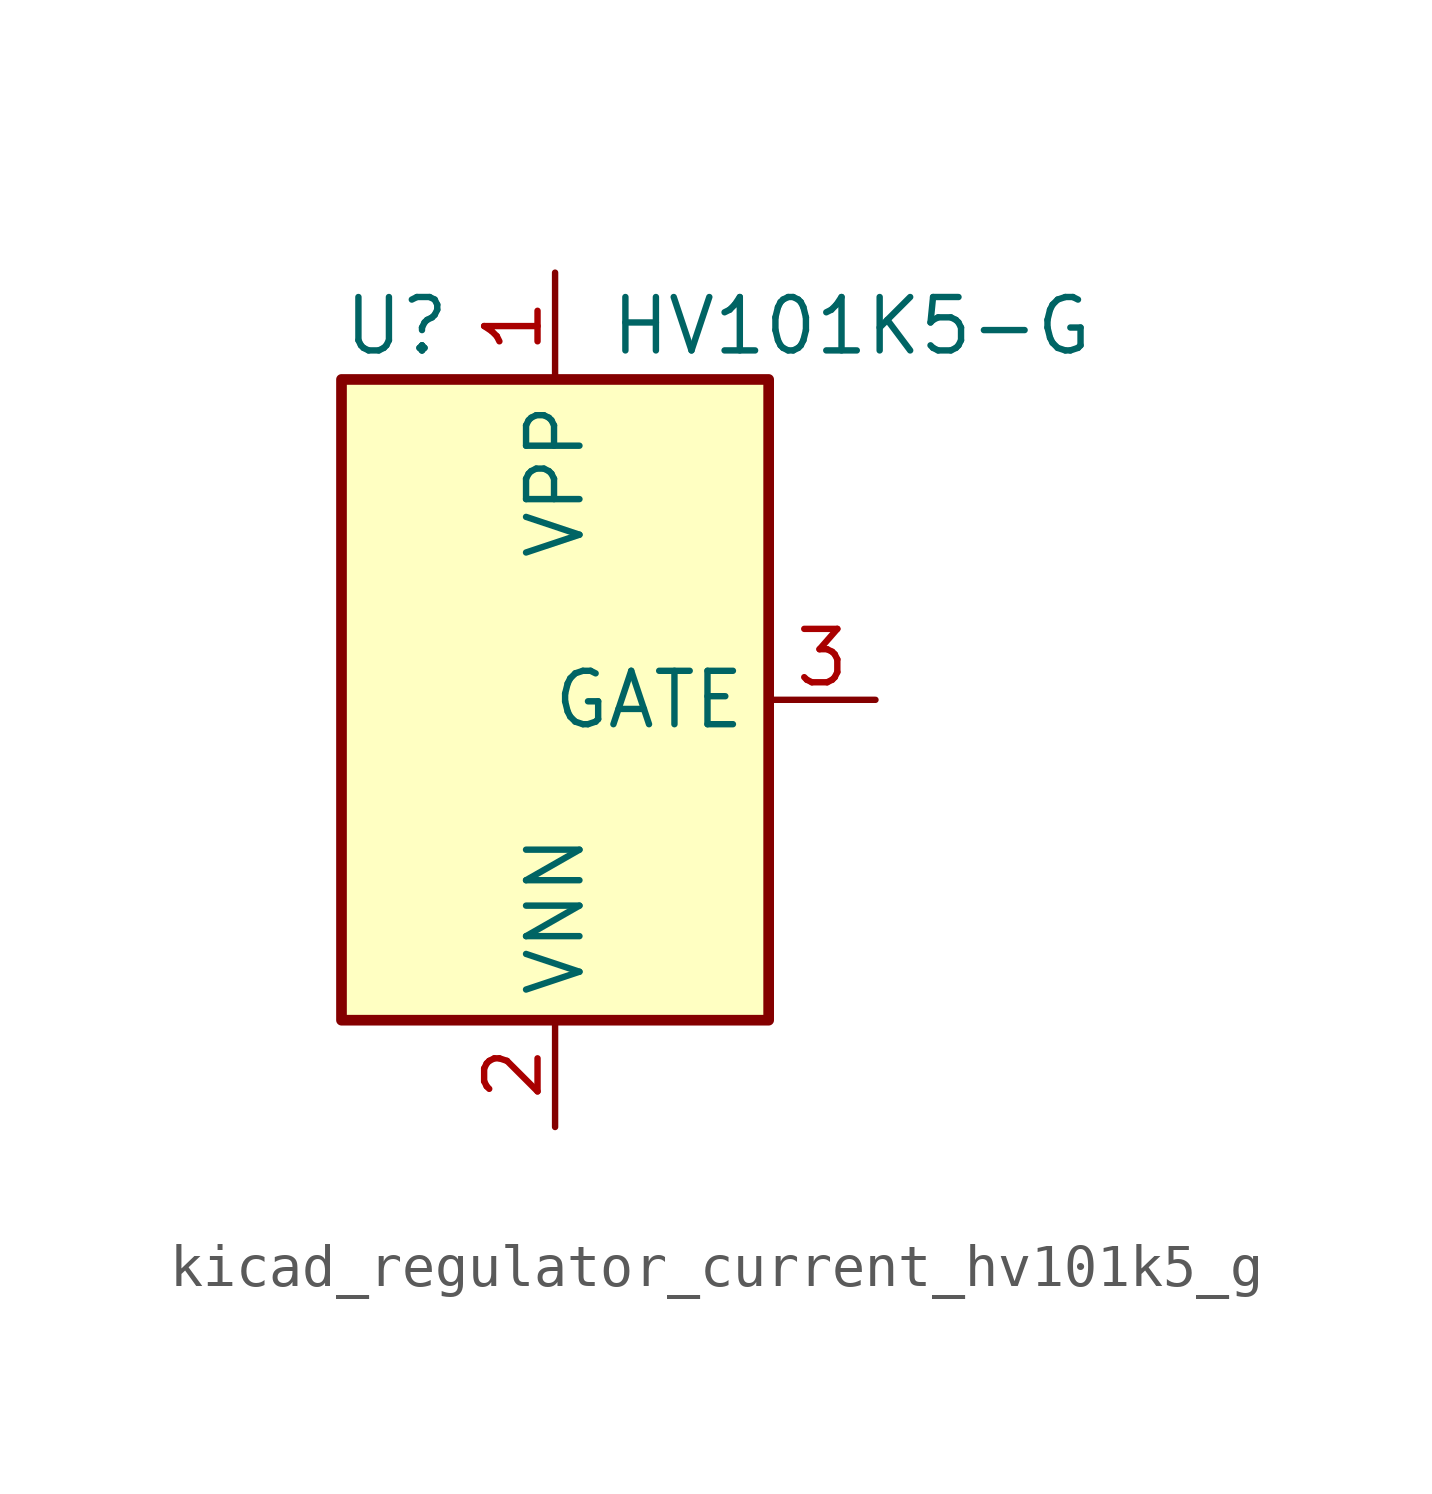
<source format=kicad_sym>
(kicad_symbol_lib
  (version 20220914)
  (generator kicad_symbol_editor)
  (symbol "kicad_regulator_current_hv101k5_g"
    (property "Reference" "U"
      (at -5.08 8.89 0)
      (effects (font (size 1.27 1.27)) (justify left)))
    (property "Value" "HV101K5-G"
      (at 1.27 8.89 0)
      (effects (font (size 1.27 1.27)) (justify left)))
    (symbol "kicad_regulator_current_hv101k5_g_0_1"
      (rectangle (start -5.08 7.62) (end 5.08 -7.62) (stroke (width 0.254) (type default)) (fill (type background))))
    (symbol "kicad_regulator_current_hv101k5_g_1_1"
      (pin power_in line (at 0 10.16 270) (length 2.54) (name "VPP" (effects (font (size 1.27 1.27)))) (number "1" (effects (font (size 1.27 1.27)))))
      (pin power_in line (at 0 -10.16 90) (length 2.54) (name "VNN" (effects (font (size 1.27 1.27)))) (number "2" (effects (font (size 1.27 1.27)))))
      (pin output line (at 7.62 0 180) (length 2.54) (name "GATE" (effects (font (size 1.27 1.27)))) (number "3" (effects (font (size 1.27 1.27))))))))
</source>
